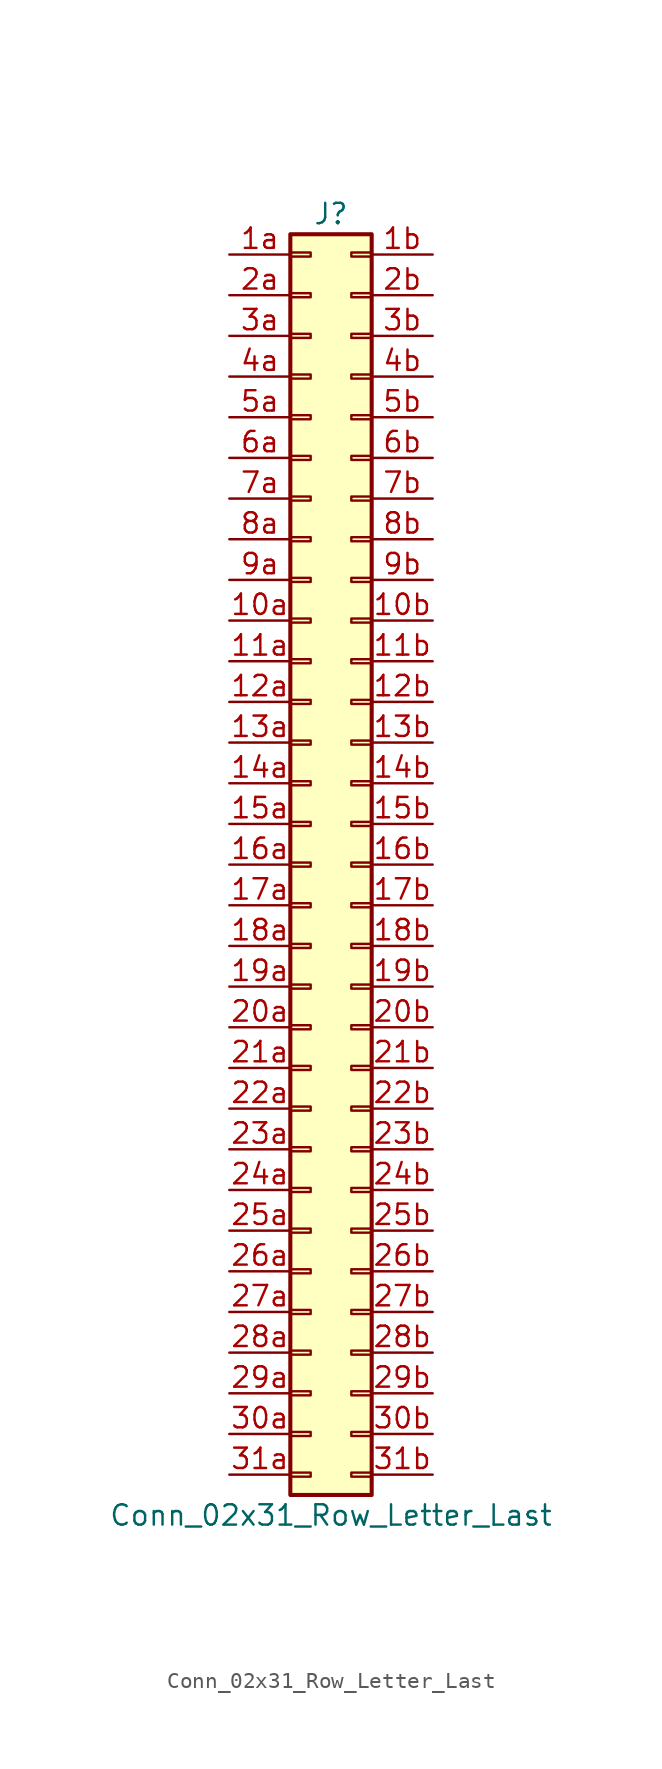
<source format=kicad_sym>
(kicad_symbol_lib
  (version 20201005)
  (generator kicad_symbol_editor)
  (symbol "Conn_02x31_Row_Letter_Last"
    (pin_names
      (offset 1.016) hide)
    (property "Reference" "J"
      (at 1.27 40.64 0)
      (effects (font (size 1.27 1.27))))
    (property "Value" "Conn_02x31_Row_Letter_Last"
      (at 1.27 -40.64 0)
      (effects (font (size 1.27 1.27))))
    (symbol "Conn_02x31_Row_Letter_Last_1_1"
      (rectangle (start -1.27 -37.973) (end 0 -38.227) (stroke (width 0.152)) (fill (type none)))
      (rectangle (start -1.27 -35.433) (end 0 -35.687) (stroke (width 0.152)) (fill (type none)))
      (rectangle (start -1.27 -32.893) (end 0 -33.147) (stroke (width 0.152)) (fill (type none)))
      (rectangle (start -1.27 -30.353) (end 0 -30.607) (stroke (width 0.152)) (fill (type none)))
      (rectangle (start -1.27 -27.813) (end 0 -28.067) (stroke (width 0.152)) (fill (type none)))
      (rectangle (start -1.27 -25.273) (end 0 -25.527) (stroke (width 0.152)) (fill (type none)))
      (rectangle (start -1.27 -22.733) (end 0 -22.987) (stroke (width 0.152)) (fill (type none)))
      (rectangle (start -1.27 -20.193) (end 0 -20.447) (stroke (width 0.152)) (fill (type none)))
      (rectangle (start -1.27 -17.653) (end 0 -17.907) (stroke (width 0.152)) (fill (type none)))
      (rectangle (start -1.27 -15.113) (end 0 -15.367) (stroke (width 0.152)) (fill (type none)))
      (rectangle (start -1.27 -12.573) (end 0 -12.827) (stroke (width 0.152)) (fill (type none)))
      (rectangle (start -1.27 -10.033) (end 0 -10.287) (stroke (width 0.152)) (fill (type none)))
      (rectangle (start -1.27 -7.493) (end 0 -7.747) (stroke (width 0.152)) (fill (type none)))
      (rectangle (start -1.27 -4.953) (end 0 -5.207) (stroke (width 0.152)) (fill (type none)))
      (rectangle (start -1.27 -2.413) (end 0 -2.667) (stroke (width 0.152)) (fill (type none)))
      (rectangle (start -1.27 0.127) (end 0 -0.127) (stroke (width 0.152)) (fill (type none)))
      (rectangle (start -1.27 2.667) (end 0 2.413) (stroke (width 0.152)) (fill (type none)))
      (rectangle (start -1.27 5.207) (end 0 4.953) (stroke (width 0.152)) (fill (type none)))
      (rectangle (start -1.27 7.747) (end 0 7.493) (stroke (width 0.152)) (fill (type none)))
      (rectangle (start -1.27 10.287) (end 0 10.033) (stroke (width 0.152)) (fill (type none)))
      (rectangle (start -1.27 12.827) (end 0 12.573) (stroke (width 0.152)) (fill (type none)))
      (rectangle (start -1.27 15.367) (end 0 15.113) (stroke (width 0.152)) (fill (type none)))
      (rectangle (start -1.27 17.907) (end 0 17.653) (stroke (width 0.152)) (fill (type none)))
      (rectangle (start -1.27 20.447) (end 0 20.193) (stroke (width 0.152)) (fill (type none)))
      (rectangle (start -1.27 22.987) (end 0 22.733) (stroke (width 0.152)) (fill (type none)))
      (rectangle (start -1.27 25.527) (end 0 25.273) (stroke (width 0.152)) (fill (type none)))
      (rectangle (start -1.27 28.067) (end 0 27.813) (stroke (width 0.152)) (fill (type none)))
      (rectangle (start -1.27 30.607) (end 0 30.353) (stroke (width 0.152)) (fill (type none)))
      (rectangle (start -1.27 33.147) (end 0 32.893) (stroke (width 0.152)) (fill (type none)))
      (rectangle (start -1.27 35.687) (end 0 35.433) (stroke (width 0.152)) (fill (type none)))
      (rectangle (start -1.27 38.227) (end 0 37.973) (stroke (width 0.152)) (fill (type none)))
      (rectangle (start -1.27 39.37) (end 3.81 -39.37) (stroke (width 0.254)) (fill (type background)))
      (rectangle (start 3.81 -37.973) (end 2.54 -38.227) (stroke (width 0.152)) (fill (type none)))
      (rectangle (start 3.81 -35.433) (end 2.54 -35.687) (stroke (width 0.152)) (fill (type none)))
      (rectangle (start 3.81 -32.893) (end 2.54 -33.147) (stroke (width 0.152)) (fill (type none)))
      (rectangle (start 3.81 -30.353) (end 2.54 -30.607) (stroke (width 0.152)) (fill (type none)))
      (rectangle (start 3.81 -27.813) (end 2.54 -28.067) (stroke (width 0.152)) (fill (type none)))
      (rectangle (start 3.81 -25.273) (end 2.54 -25.527) (stroke (width 0.152)) (fill (type none)))
      (rectangle (start 3.81 -22.733) (end 2.54 -22.987) (stroke (width 0.152)) (fill (type none)))
      (rectangle (start 3.81 -20.193) (end 2.54 -20.447) (stroke (width 0.152)) (fill (type none)))
      (rectangle (start 3.81 -17.653) (end 2.54 -17.907) (stroke (width 0.152)) (fill (type none)))
      (rectangle (start 3.81 -15.113) (end 2.54 -15.367) (stroke (width 0.152)) (fill (type none)))
      (rectangle (start 3.81 -12.573) (end 2.54 -12.827) (stroke (width 0.152)) (fill (type none)))
      (rectangle (start 3.81 -10.033) (end 2.54 -10.287) (stroke (width 0.152)) (fill (type none)))
      (rectangle (start 3.81 -7.493) (end 2.54 -7.747) (stroke (width 0.152)) (fill (type none)))
      (rectangle (start 3.81 -4.953) (end 2.54 -5.207) (stroke (width 0.152)) (fill (type none)))
      (rectangle (start 3.81 -2.413) (end 2.54 -2.667) (stroke (width 0.152)) (fill (type none)))
      (rectangle (start 3.81 0.127) (end 2.54 -0.127) (stroke (width 0.152)) (fill (type none)))
      (rectangle (start 3.81 2.667) (end 2.54 2.413) (stroke (width 0.152)) (fill (type none)))
      (rectangle (start 3.81 5.207) (end 2.54 4.953) (stroke (width 0.152)) (fill (type none)))
      (rectangle (start 3.81 7.747) (end 2.54 7.493) (stroke (width 0.152)) (fill (type none)))
      (rectangle (start 3.81 10.287) (end 2.54 10.033) (stroke (width 0.152)) (fill (type none)))
      (rectangle (start 3.81 12.827) (end 2.54 12.573) (stroke (width 0.152)) (fill (type none)))
      (rectangle (start 3.81 15.367) (end 2.54 15.113) (stroke (width 0.152)) (fill (type none)))
      (rectangle (start 3.81 17.907) (end 2.54 17.653) (stroke (width 0.152)) (fill (type none)))
      (rectangle (start 3.81 20.447) (end 2.54 20.193) (stroke (width 0.152)) (fill (type none)))
      (rectangle (start 3.81 22.987) (end 2.54 22.733) (stroke (width 0.152)) (fill (type none)))
      (rectangle (start 3.81 25.527) (end 2.54 25.273) (stroke (width 0.152)) (fill (type none)))
      (rectangle (start 3.81 28.067) (end 2.54 27.813) (stroke (width 0.152)) (fill (type none)))
      (rectangle (start 3.81 30.607) (end 2.54 30.353) (stroke (width 0.152)) (fill (type none)))
      (rectangle (start 3.81 33.147) (end 2.54 32.893) (stroke (width 0.152)) (fill (type none)))
      (rectangle (start 3.81 35.687) (end 2.54 35.433) (stroke (width 0.152)) (fill (type none)))
      (rectangle (start 3.81 38.227) (end 2.54 37.973) (stroke (width 0.152)) (fill (type none)))
      (pin passive line (at -5.08 15.24 0) (length 3.81) (name "Pin_10a" (effects (font (size 1.27 1.27)))) (number "10a" (effects (font (size 1.27 1.27)))))
      (pin passive line (at 7.62 15.24 180) (length 3.81) (name "Pin_10b" (effects (font (size 1.27 1.27)))) (number "10b" (effects (font (size 1.27 1.27)))))
      (pin passive line (at -5.08 12.7 0) (length 3.81) (name "Pin_11a" (effects (font (size 1.27 1.27)))) (number "11a" (effects (font (size 1.27 1.27)))))
      (pin passive line (at 7.62 12.7 180) (length 3.81) (name "Pin_11b" (effects (font (size 1.27 1.27)))) (number "11b" (effects (font (size 1.27 1.27)))))
      (pin passive line (at -5.08 10.16 0) (length 3.81) (name "Pin_12a" (effects (font (size 1.27 1.27)))) (number "12a" (effects (font (size 1.27 1.27)))))
      (pin passive line (at 7.62 10.16 180) (length 3.81) (name "Pin_12b" (effects (font (size 1.27 1.27)))) (number "12b" (effects (font (size 1.27 1.27)))))
      (pin passive line (at -5.08 7.62 0) (length 3.81) (name "Pin_13a" (effects (font (size 1.27 1.27)))) (number "13a" (effects (font (size 1.27 1.27)))))
      (pin passive line (at 7.62 7.62 180) (length 3.81) (name "Pin_13b" (effects (font (size 1.27 1.27)))) (number "13b" (effects (font (size 1.27 1.27)))))
      (pin passive line (at -5.08 5.08 0) (length 3.81) (name "Pin_14a" (effects (font (size 1.27 1.27)))) (number "14a" (effects (font (size 1.27 1.27)))))
      (pin passive line (at 7.62 5.08 180) (length 3.81) (name "Pin_14b" (effects (font (size 1.27 1.27)))) (number "14b" (effects (font (size 1.27 1.27)))))
      (pin passive line (at -5.08 2.54 0) (length 3.81) (name "Pin_15a" (effects (font (size 1.27 1.27)))) (number "15a" (effects (font (size 1.27 1.27)))))
      (pin passive line (at 7.62 2.54 180) (length 3.81) (name "Pin_15b" (effects (font (size 1.27 1.27)))) (number "15b" (effects (font (size 1.27 1.27)))))
      (pin passive line (at -5.08 0 0) (length 3.81) (name "Pin_16a" (effects (font (size 1.27 1.27)))) (number "16a" (effects (font (size 1.27 1.27)))))
      (pin passive line (at 7.62 0 180) (length 3.81) (name "Pin_16b" (effects (font (size 1.27 1.27)))) (number "16b" (effects (font (size 1.27 1.27)))))
      (pin passive line (at -5.08 -2.54 0) (length 3.81) (name "Pin_17a" (effects (font (size 1.27 1.27)))) (number "17a" (effects (font (size 1.27 1.27)))))
      (pin passive line (at 7.62 -2.54 180) (length 3.81) (name "Pin_17b" (effects (font (size 1.27 1.27)))) (number "17b" (effects (font (size 1.27 1.27)))))
      (pin passive line (at -5.08 -5.08 0) (length 3.81) (name "Pin_18a" (effects (font (size 1.27 1.27)))) (number "18a" (effects (font (size 1.27 1.27)))))
      (pin passive line (at 7.62 -5.08 180) (length 3.81) (name "Pin_18b" (effects (font (size 1.27 1.27)))) (number "18b" (effects (font (size 1.27 1.27)))))
      (pin passive line (at -5.08 -7.62 0) (length 3.81) (name "Pin_19a" (effects (font (size 1.27 1.27)))) (number "19a" (effects (font (size 1.27 1.27)))))
      (pin passive line (at 7.62 -7.62 180) (length 3.81) (name "Pin_19b" (effects (font (size 1.27 1.27)))) (number "19b" (effects (font (size 1.27 1.27)))))
      (pin passive line (at -5.08 38.1 0) (length 3.81) (name "Pin_1a" (effects (font (size 1.27 1.27)))) (number "1a" (effects (font (size 1.27 1.27)))))
      (pin passive line (at 7.62 38.1 180) (length 3.81) (name "Pin_1b" (effects (font (size 1.27 1.27)))) (number "1b" (effects (font (size 1.27 1.27)))))
      (pin passive line (at -5.08 -10.16 0) (length 3.81) (name "Pin_20a" (effects (font (size 1.27 1.27)))) (number "20a" (effects (font (size 1.27 1.27)))))
      (pin passive line (at 7.62 -10.16 180) (length 3.81) (name "Pin_20b" (effects (font (size 1.27 1.27)))) (number "20b" (effects (font (size 1.27 1.27)))))
      (pin passive line (at -5.08 -12.7 0) (length 3.81) (name "Pin_21a" (effects (font (size 1.27 1.27)))) (number "21a" (effects (font (size 1.27 1.27)))))
      (pin passive line (at 7.62 -12.7 180) (length 3.81) (name "Pin_21b" (effects (font (size 1.27 1.27)))) (number "21b" (effects (font (size 1.27 1.27)))))
      (pin passive line (at -5.08 -15.24 0) (length 3.81) (name "Pin_22a" (effects (font (size 1.27 1.27)))) (number "22a" (effects (font (size 1.27 1.27)))))
      (pin passive line (at 7.62 -15.24 180) (length 3.81) (name "Pin_22b" (effects (font (size 1.27 1.27)))) (number "22b" (effects (font (size 1.27 1.27)))))
      (pin passive line (at -5.08 -17.78 0) (length 3.81) (name "Pin_23a" (effects (font (size 1.27 1.27)))) (number "23a" (effects (font (size 1.27 1.27)))))
      (pin passive line (at 7.62 -17.78 180) (length 3.81) (name "Pin_23b" (effects (font (size 1.27 1.27)))) (number "23b" (effects (font (size 1.27 1.27)))))
      (pin passive line (at -5.08 -20.32 0) (length 3.81) (name "Pin_24a" (effects (font (size 1.27 1.27)))) (number "24a" (effects (font (size 1.27 1.27)))))
      (pin passive line (at 7.62 -20.32 180) (length 3.81) (name "Pin_24b" (effects (font (size 1.27 1.27)))) (number "24b" (effects (font (size 1.27 1.27)))))
      (pin passive line (at -5.08 -22.86 0) (length 3.81) (name "Pin_25a" (effects (font (size 1.27 1.27)))) (number "25a" (effects (font (size 1.27 1.27)))))
      (pin passive line (at 7.62 -22.86 180) (length 3.81) (name "Pin_25b" (effects (font (size 1.27 1.27)))) (number "25b" (effects (font (size 1.27 1.27)))))
      (pin passive line (at -5.08 -25.4 0) (length 3.81) (name "Pin_26a" (effects (font (size 1.27 1.27)))) (number "26a" (effects (font (size 1.27 1.27)))))
      (pin passive line (at 7.62 -25.4 180) (length 3.81) (name "Pin_26b" (effects (font (size 1.27 1.27)))) (number "26b" (effects (font (size 1.27 1.27)))))
      (pin passive line (at -5.08 -27.94 0) (length 3.81) (name "Pin_27a" (effects (font (size 1.27 1.27)))) (number "27a" (effects (font (size 1.27 1.27)))))
      (pin passive line (at 7.62 -27.94 180) (length 3.81) (name "Pin_27b" (effects (font (size 1.27 1.27)))) (number "27b" (effects (font (size 1.27 1.27)))))
      (pin passive line (at -5.08 -30.48 0) (length 3.81) (name "Pin_28a" (effects (font (size 1.27 1.27)))) (number "28a" (effects (font (size 1.27 1.27)))))
      (pin passive line (at 7.62 -30.48 180) (length 3.81) (name "Pin_28b" (effects (font (size 1.27 1.27)))) (number "28b" (effects (font (size 1.27 1.27)))))
      (pin passive line (at -5.08 -33.02 0) (length 3.81) (name "Pin_29a" (effects (font (size 1.27 1.27)))) (number "29a" (effects (font (size 1.27 1.27)))))
      (pin passive line (at 7.62 -33.02 180) (length 3.81) (name "Pin_29b" (effects (font (size 1.27 1.27)))) (number "29b" (effects (font (size 1.27 1.27)))))
      (pin passive line (at -5.08 35.56 0) (length 3.81) (name "Pin_2a" (effects (font (size 1.27 1.27)))) (number "2a" (effects (font (size 1.27 1.27)))))
      (pin passive line (at 7.62 35.56 180) (length 3.81) (name "Pin_2b" (effects (font (size 1.27 1.27)))) (number "2b" (effects (font (size 1.27 1.27)))))
      (pin passive line (at -5.08 -35.56 0) (length 3.81) (name "Pin_30a" (effects (font (size 1.27 1.27)))) (number "30a" (effects (font (size 1.27 1.27)))))
      (pin passive line (at 7.62 -35.56 180) (length 3.81) (name "Pin_30b" (effects (font (size 1.27 1.27)))) (number "30b" (effects (font (size 1.27 1.27)))))
      (pin passive line (at -5.08 -38.1 0) (length 3.81) (name "Pin_31a" (effects (font (size 1.27 1.27)))) (number "31a" (effects (font (size 1.27 1.27)))))
      (pin passive line (at 7.62 -38.1 180) (length 3.81) (name "Pin_31b" (effects (font (size 1.27 1.27)))) (number "31b" (effects (font (size 1.27 1.27)))))
      (pin passive line (at -5.08 33.02 0) (length 3.81) (name "Pin_3a" (effects (font (size 1.27 1.27)))) (number "3a" (effects (font (size 1.27 1.27)))))
      (pin passive line (at 7.62 33.02 180) (length 3.81) (name "Pin_3b" (effects (font (size 1.27 1.27)))) (number "3b" (effects (font (size 1.27 1.27)))))
      (pin passive line (at -5.08 30.48 0) (length 3.81) (name "Pin_4a" (effects (font (size 1.27 1.27)))) (number "4a" (effects (font (size 1.27 1.27)))))
      (pin passive line (at 7.62 30.48 180) (length 3.81) (name "Pin_4b" (effects (font (size 1.27 1.27)))) (number "4b" (effects (font (size 1.27 1.27)))))
      (pin passive line (at -5.08 27.94 0) (length 3.81) (name "Pin_5a" (effects (font (size 1.27 1.27)))) (number "5a" (effects (font (size 1.27 1.27)))))
      (pin passive line (at 7.62 27.94 180) (length 3.81) (name "Pin_5b" (effects (font (size 1.27 1.27)))) (number "5b" (effects (font (size 1.27 1.27)))))
      (pin passive line (at -5.08 25.4 0) (length 3.81) (name "Pin_6a" (effects (font (size 1.27 1.27)))) (number "6a" (effects (font (size 1.27 1.27)))))
      (pin passive line (at 7.62 25.4 180) (length 3.81) (name "Pin_6b" (effects (font (size 1.27 1.27)))) (number "6b" (effects (font (size 1.27 1.27)))))
      (pin passive line (at -5.08 22.86 0) (length 3.81) (name "Pin_7a" (effects (font (size 1.27 1.27)))) (number "7a" (effects (font (size 1.27 1.27)))))
      (pin passive line (at 7.62 22.86 180) (length 3.81) (name "Pin_7b" (effects (font (size 1.27 1.27)))) (number "7b" (effects (font (size 1.27 1.27)))))
      (pin passive line (at -5.08 20.32 0) (length 3.81) (name "Pin_8a" (effects (font (size 1.27 1.27)))) (number "8a" (effects (font (size 1.27 1.27)))))
      (pin passive line (at 7.62 20.32 180) (length 3.81) (name "Pin_8b" (effects (font (size 1.27 1.27)))) (number "8b" (effects (font (size 1.27 1.27)))))
      (pin passive line (at -5.08 17.78 0) (length 3.81) (name "Pin_9a" (effects (font (size 1.27 1.27)))) (number "9a" (effects (font (size 1.27 1.27)))))
      (pin passive line (at 7.62 17.78 180) (length 3.81) (name "Pin_9b" (effects (font (size 1.27 1.27)))) (number "9b" (effects (font (size 1.27 1.27))))))))
</source>
